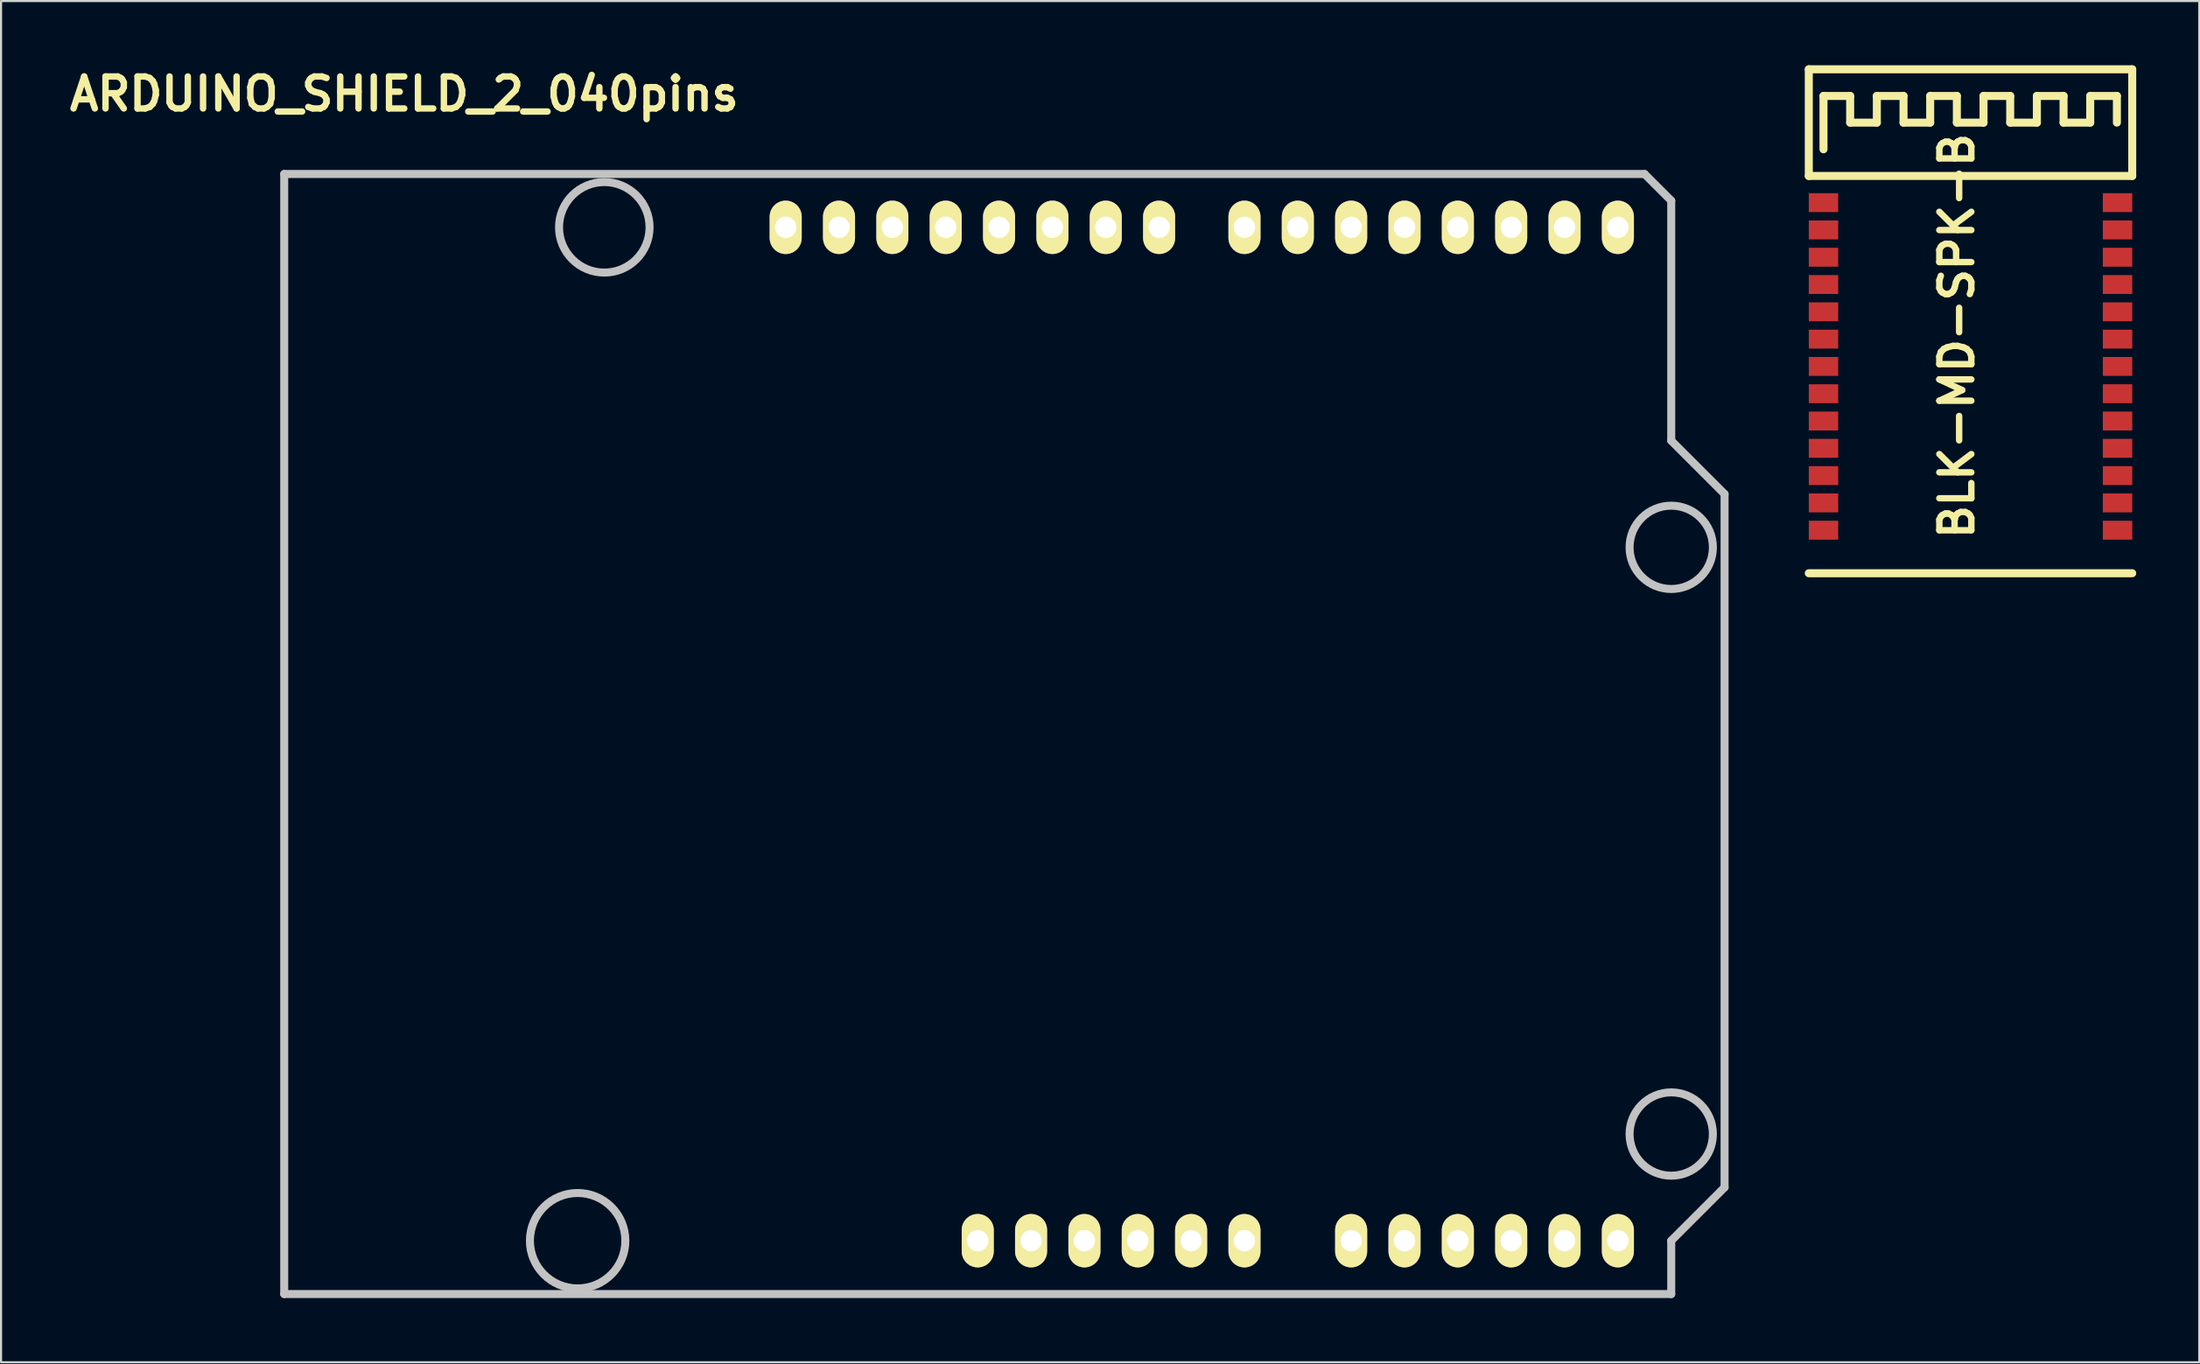
<source format=kicad_pcb>
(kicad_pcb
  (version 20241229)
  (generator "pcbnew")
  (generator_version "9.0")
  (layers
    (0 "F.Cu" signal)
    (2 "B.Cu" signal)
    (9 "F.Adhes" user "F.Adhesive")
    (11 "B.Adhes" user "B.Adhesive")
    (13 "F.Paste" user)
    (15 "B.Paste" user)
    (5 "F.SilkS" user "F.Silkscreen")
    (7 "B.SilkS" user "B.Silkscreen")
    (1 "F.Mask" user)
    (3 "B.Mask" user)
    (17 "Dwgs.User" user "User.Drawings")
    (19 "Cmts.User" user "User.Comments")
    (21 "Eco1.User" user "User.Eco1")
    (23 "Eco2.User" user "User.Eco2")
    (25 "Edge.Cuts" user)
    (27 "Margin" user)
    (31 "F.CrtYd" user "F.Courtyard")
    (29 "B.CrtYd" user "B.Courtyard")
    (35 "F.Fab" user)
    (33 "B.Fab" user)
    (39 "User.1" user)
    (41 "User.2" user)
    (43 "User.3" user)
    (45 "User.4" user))
  (footprint "ARDUINO_SHIELD_2_040pins"
    (layer "F.Cu")
    (at 10.483 58.576)
    (property "Reference" "ARDUINO_SHIELD_2_040pins" (at 5.715 -57.15 0) (layer "F.SilkS") (effects (font (size 1.524 1.524) (thickness 0.305))))
    (attr through_hole)
    (fp_line (start 0 0) (end 0 -53.34) (stroke (width 0.381) (type solid)) (layer "Dwgs.User"))
    (fp_line (start 64.77 -53.34) (end 0 -53.34) (stroke (width 0.381) (type solid)) (layer "Dwgs.User"))
    (fp_line (start 66.04 -52.07) (end 64.77 -53.34) (stroke (width 0.381) (type solid)) (layer "Dwgs.User"))
    (fp_line (start 66.04 -40.64) (end 66.04 -52.07) (stroke (width 0.381) (type solid)) (layer "Dwgs.User"))
    (fp_line (start 66.04 -40.64) (end 68.58 -38.1) (stroke (width 0.381) (type solid)) (layer "Dwgs.User"))
    (fp_line (start 66.04 -2.54) (end 66.04 0) (stroke (width 0.381) (type solid)) (layer "Dwgs.User"))
    (fp_line (start 66.04 0) (end 0 0) (stroke (width 0.381) (type solid)) (layer "Dwgs.User"))
    (fp_line (start 68.58 -38.1) (end 68.58 -5.08) (stroke (width 0.381) (type solid)) (layer "Dwgs.User"))
    (fp_line (start 68.58 -5.08) (end 66.04 -2.54) (stroke (width 0.381) (type solid)) (layer "Dwgs.User"))
    (fp_circle (center 13.97 -2.54) (end 16.002 -1.524) (stroke (width 0.381) (type solid)) (fill no) (layer "Dwgs.User"))
    (fp_circle (center 15.24 -50.8) (end 16.764 -49.276) (stroke (width 0.381) (type solid)) (fill no) (layer "Dwgs.User"))
    (fp_circle (center 66.04 -35.56) (end 67.31 -34.036) (stroke (width 0.381) (type solid)) (fill no) (layer "Dwgs.User"))
    (fp_circle (center 66.04 -7.62) (end 67.31 -6.096) (stroke (width 0.381) (type solid)) (fill no) (layer "Dwgs.User"))
    (pad "0" thru_hole oval (at 63.5 -50.8 90) (size 2.54 1.524) (drill 1.016) (layers "*.Cu" "*.Mask" "F.SilkS"))
    (pad "1" thru_hole oval (at 60.96 -50.8 90) (size 2.54 1.524) (drill 1.016) (layers "*.Cu" "*.Mask" "F.SilkS"))
    (pad "2" thru_hole oval (at 58.42 -50.8 90) (size 2.54 1.524) (drill 1.016) (layers "*.Cu" "*.Mask" "F.SilkS"))
    (pad "3" thru_hole oval (at 55.88 -50.8 90) (size 2.54 1.524) (drill 1.016) (layers "*.Cu" "*.Mask" "F.SilkS"))
    (pad "3V3" thru_hole oval (at 35.56 -2.54 90) (size 2.54 1.524) (drill 1.016) (layers "*.Cu" "*.Mask" "F.SilkS"))
    (pad "4" thru_hole oval (at 53.34 -50.8 90) (size 2.54 1.524) (drill 1.016) (layers "*.Cu" "*.Mask" "F.SilkS"))
    (pad "5" thru_hole oval (at 50.8 -50.8 90) (size 2.54 1.524) (drill 1.016) (layers "*.Cu" "*.Mask" "F.SilkS"))
    (pad "5V" thru_hole oval (at 38.1 -2.54 90) (size 2.54 1.524) (drill 1.016) (layers "*.Cu" "*.Mask" "F.SilkS"))
    (pad "6" thru_hole oval (at 48.26 -50.8 90) (size 2.54 1.524) (drill 1.016) (layers "*.Cu" "*.Mask" "F.SilkS"))
    (pad "7" thru_hole oval (at 45.72 -50.8 90) (size 2.54 1.524) (drill 1.016) (layers "*.Cu" "*.Mask" "F.SilkS"))
    (pad "8" thru_hole oval (at 41.656 -50.8 90) (size 2.54 1.524) (drill 1.016) (layers "*.Cu" "*.Mask" "F.SilkS"))
    (pad "9" thru_hole oval (at 39.116 -50.8 90) (size 2.54 1.524) (drill 1.016) (layers "*.Cu" "*.Mask" "F.SilkS"))
    (pad "10" thru_hole oval (at 36.576 -50.8 90) (size 2.54 1.524) (drill 1.016) (layers "*.Cu" "*.Mask" "F.SilkS"))
    (pad "11" thru_hole oval (at 34.036 -50.8 90) (size 2.54 1.524) (drill 1.016) (layers "*.Cu" "*.Mask" "F.SilkS"))
    (pad "12" thru_hole oval (at 31.496 -50.8 90) (size 2.54 1.524) (drill 1.016) (layers "*.Cu" "*.Mask" "F.SilkS"))
    (pad "13" thru_hole oval (at 28.956 -50.8 90) (size 2.54 1.524) (drill 1.016) (layers "*.Cu" "*.Mask" "F.SilkS"))
    (pad "AD0" thru_hole oval (at 50.8 -2.54 90) (size 2.54 1.524) (drill 1.016) (layers "*.Cu" "*.Mask" "F.SilkS"))
    (pad "AD1" thru_hole oval (at 53.34 -2.54 90) (size 2.54 1.524) (drill 1.016) (layers "*.Cu" "*.Mask" "F.SilkS"))
    (pad "AD2" thru_hole oval (at 55.88 -2.54 90) (size 2.54 1.524) (drill 1.016) (layers "*.Cu" "*.Mask" "F.SilkS"))
    (pad "AD3" thru_hole oval (at 58.42 -2.54 90) (size 2.54 1.524) (drill 1.016) (layers "*.Cu" "*.Mask" "F.SilkS"))
    (pad "AD4" thru_hole oval (at 60.96 -2.54 90) (size 2.54 1.524) (drill 1.016) (layers "*.Cu" "*.Mask" "F.SilkS"))
    (pad "AD5" thru_hole oval (at 63.5 -2.54 90) (size 2.54 1.524) (drill 1.016) (layers "*.Cu" "*.Mask" "F.SilkS"))
    (pad "AREF" thru_hole oval (at 23.876 -50.8 90) (size 2.54 1.524) (drill 1.016) (layers "*.Cu" "*.Mask" "F.SilkS"))
    (pad "GND1" thru_hole oval (at 40.64 -2.54 90) (size 2.54 1.524) (drill 1.016) (layers "*.Cu" "*.Mask" "F.SilkS"))
    (pad "GND2" thru_hole oval (at 43.18 -2.54 90) (size 2.54 1.524) (drill 1.016) (layers "*.Cu" "*.Mask" "F.SilkS"))
    (pad "GND3" thru_hole oval (at 26.416 -50.8 90) (size 2.54 1.524) (drill 1.016) (layers "*.Cu" "*.Mask" "F.SilkS"))
    (pad "RST" thru_hole oval (at 33.02 -2.54 90) (size 2.54 1.524) (drill 1.016) (layers "*.Cu" "*.Mask" "F.SilkS"))
    (pad "V_IN" thru_hole oval (at 45.72 -2.54 90) (size 2.54 1.524) (drill 1.016) (layers "*.Cu" "*.Mask" "F.SilkS")))
  (footprint "BLK-MD-SPK-B"
    (layer "F.Cu")
    (at 82.503 0.25)
    (property "Reference" "BLK-MD-SPK-B" (at 7.62 12.7 90) (layer "F.SilkS") (effects (font (size 1.524 1.524) (thickness 0.305))))
    (attr through_hole)
    (fp_line (start 0.57 0) (end 0.57 5.08) (stroke (width 0.381) (type solid)) (layer "F.SilkS"))
    (fp_line (start 0.57 24) (end 15.97 24) (stroke (width 0.381) (type solid)) (layer "F.SilkS"))
    (fp_line (start 1.27 1.27) (end 2.54 1.27) (stroke (width 0.381) (type solid)) (layer "F.SilkS"))
    (fp_line (start 1.27 3.81) (end 1.27 1.27) (stroke (width 0.381) (type solid)) (layer "F.SilkS"))
    (fp_line (start 2.54 1.27) (end 2.54 2.54) (stroke (width 0.381) (type solid)) (layer "F.SilkS"))
    (fp_line (start 2.54 2.54) (end 3.81 2.54) (stroke (width 0.381) (type solid)) (layer "F.SilkS"))
    (fp_line (start 3.81 1.27) (end 5.08 1.27) (stroke (width 0.381) (type solid)) (layer "F.SilkS"))
    (fp_line (start 3.81 2.54) (end 3.81 1.27) (stroke (width 0.381) (type solid)) (layer "F.SilkS"))
    (fp_line (start 5.08 1.27) (end 5.08 2.54) (stroke (width 0.381) (type solid)) (layer "F.SilkS"))
    (fp_line (start 5.08 2.54) (end 6.35 2.54) (stroke (width 0.381) (type solid)) (layer "F.SilkS"))
    (fp_line (start 6.35 1.27) (end 7.62 1.27) (stroke (width 0.381) (type solid)) (layer "F.SilkS"))
    (fp_line (start 6.35 2.54) (end 6.35 1.27) (stroke (width 0.381) (type solid)) (layer "F.SilkS"))
    (fp_line (start 7.62 1.27) (end 7.62 2.54) (stroke (width 0.381) (type solid)) (layer "F.SilkS"))
    (fp_line (start 7.62 2.54) (end 8.89 2.54) (stroke (width 0.381) (type solid)) (layer "F.SilkS"))
    (fp_line (start 8.89 1.27) (end 10.16 1.27) (stroke (width 0.381) (type solid)) (layer "F.SilkS"))
    (fp_line (start 8.89 2.54) (end 8.89 1.27) (stroke (width 0.381) (type solid)) (layer "F.SilkS"))
    (fp_line (start 10.16 1.27) (end 10.16 2.54) (stroke (width 0.381) (type solid)) (layer "F.SilkS"))
    (fp_line (start 10.16 2.54) (end 11.43 2.54) (stroke (width 0.381) (type solid)) (layer "F.SilkS"))
    (fp_line (start 11.43 1.27) (end 12.7 1.27) (stroke (width 0.381) (type solid)) (layer "F.SilkS"))
    (fp_line (start 11.43 2.54) (end 11.43 1.27) (stroke (width 0.381) (type solid)) (layer "F.SilkS"))
    (fp_line (start 12.7 1.27) (end 12.7 2.54) (stroke (width 0.381) (type solid)) (layer "F.SilkS"))
    (fp_line (start 12.7 2.54) (end 13.97 2.54) (stroke (width 0.381) (type solid)) (layer "F.SilkS"))
    (fp_line (start 13.97 1.27) (end 15.24 1.27) (stroke (width 0.381) (type solid)) (layer "F.SilkS"))
    (fp_line (start 13.97 2.54) (end 13.97 1.27) (stroke (width 0.381) (type solid)) (layer "F.SilkS"))
    (fp_line (start 15.24 1.27) (end 15.24 2.54) (stroke (width 0.381) (type solid)) (layer "F.SilkS"))
    (fp_line (start 15.97 0) (end 0.57 0) (stroke (width 0.381) (type solid)) (layer "F.SilkS"))
    (fp_line (start 15.97 5.08) (end 0.57 5.08) (stroke (width 0.381) (type solid)) (layer "F.SilkS"))
    (fp_line (start 15.97 5.08) (end 15.97 0) (stroke (width 0.381) (type solid)) (layer "F.SilkS"))
    (pad "1" smd rect (at 1.27 6.35 180) (size 1.4 0.9) (layers "F.Cu" "F.Mask" "F.Paste"))
    (pad "2" smd rect (at 1.27 7.65 180) (size 1.4 0.9) (layers "F.Cu" "F.Mask" "F.Paste"))
    (pad "3" smd rect (at 1.27 8.95 180) (size 1.4 0.9) (layers "F.Cu" "F.Mask" "F.Paste"))
    (pad "4" smd rect (at 1.27 10.25 180) (size 1.4 0.9) (layers "F.Cu" "F.Mask" "F.Paste"))
    (pad "5" smd rect (at 1.27 11.55 180) (size 1.4 0.9) (layers "F.Cu" "F.Mask" "F.Paste"))
    (pad "6" smd rect (at 1.27 12.85 180) (size 1.4 0.9) (layers "F.Cu" "F.Mask" "F.Paste"))
    (pad "7" smd rect (at 1.27 14.15 180) (size 1.4 0.9) (layers "F.Cu" "F.Mask" "F.Paste"))
    (pad "8" smd rect (at 1.27 15.45 180) (size 1.4 0.9) (layers "F.Cu" "F.Mask" "F.Paste"))
    (pad "9" smd rect (at 1.27 16.75 180) (size 1.4 0.9) (layers "F.Cu" "F.Mask" "F.Paste"))
    (pad "10" smd rect (at 1.27 18.05 180) (size 1.4 0.9) (layers "F.Cu" "F.Mask" "F.Paste"))
    (pad "11" smd rect (at 1.27 19.35 180) (size 1.4 0.9) (layers "F.Cu" "F.Mask" "F.Paste"))
    (pad "12" smd rect (at 1.27 20.65 180) (size 1.4 0.9) (layers "F.Cu" "F.Mask" "F.Paste"))
    (pad "13" smd rect (at 1.27 21.95 180) (size 1.4 0.9) (layers "F.Cu" "F.Mask" "F.Paste"))
    (pad "14" smd rect (at 15.27 21.95 180) (size 1.4 0.9) (layers "F.Cu" "F.Mask" "F.Paste"))
    (pad "15" smd rect (at 15.27 20.65 180) (size 1.4 0.9) (layers "F.Cu" "F.Mask" "F.Paste"))
    (pad "16" smd rect (at 15.27 19.35 180) (size 1.4 0.9) (layers "F.Cu" "F.Mask" "F.Paste"))
    (pad "17" smd rect (at 15.27 18.05 180) (size 1.4 0.9) (layers "F.Cu" "F.Mask" "F.Paste"))
    (pad "18" smd rect (at 15.27 16.75 180) (size 1.4 0.9) (layers "F.Cu" "F.Mask" "F.Paste"))
    (pad "19" smd rect (at 15.27 15.45 180) (size 1.4 0.9) (layers "F.Cu" "F.Mask" "F.Paste"))
    (pad "20" smd rect (at 15.27 14.15 180) (size 1.4 0.9) (layers "F.Cu" "F.Mask" "F.Paste"))
    (pad "21" smd rect (at 15.27 12.85 180) (size 1.4 0.9) (layers "F.Cu" "F.Mask" "F.Paste"))
    (pad "22" smd rect (at 15.27 11.55 180) (size 1.4 0.9) (layers "F.Cu" "F.Mask" "F.Paste"))
    (pad "23" smd rect (at 15.27 10.25 180) (size 1.4 0.9) (layers "F.Cu" "F.Mask" "F.Paste"))
    (pad "24" smd rect (at 15.27 8.95 180) (size 1.4 0.9) (layers "F.Cu" "F.Mask" "F.Paste"))
    (pad "25" smd rect (at 15.27 7.65 180) (size 1.4 0.9) (layers "F.Cu" "F.Mask" "F.Paste"))
    (pad "26" smd rect (at 15.27 6.35 180) (size 1.4 0.9) (layers "F.Cu" "F.Mask" "F.Paste")))
  (gr_rect
    (start -3 -3)
    (end 101.664 61.826)
    (stroke (width 0.1) (type default))
    (fill no)
    (layer "Edge.Cuts")))
</source>
